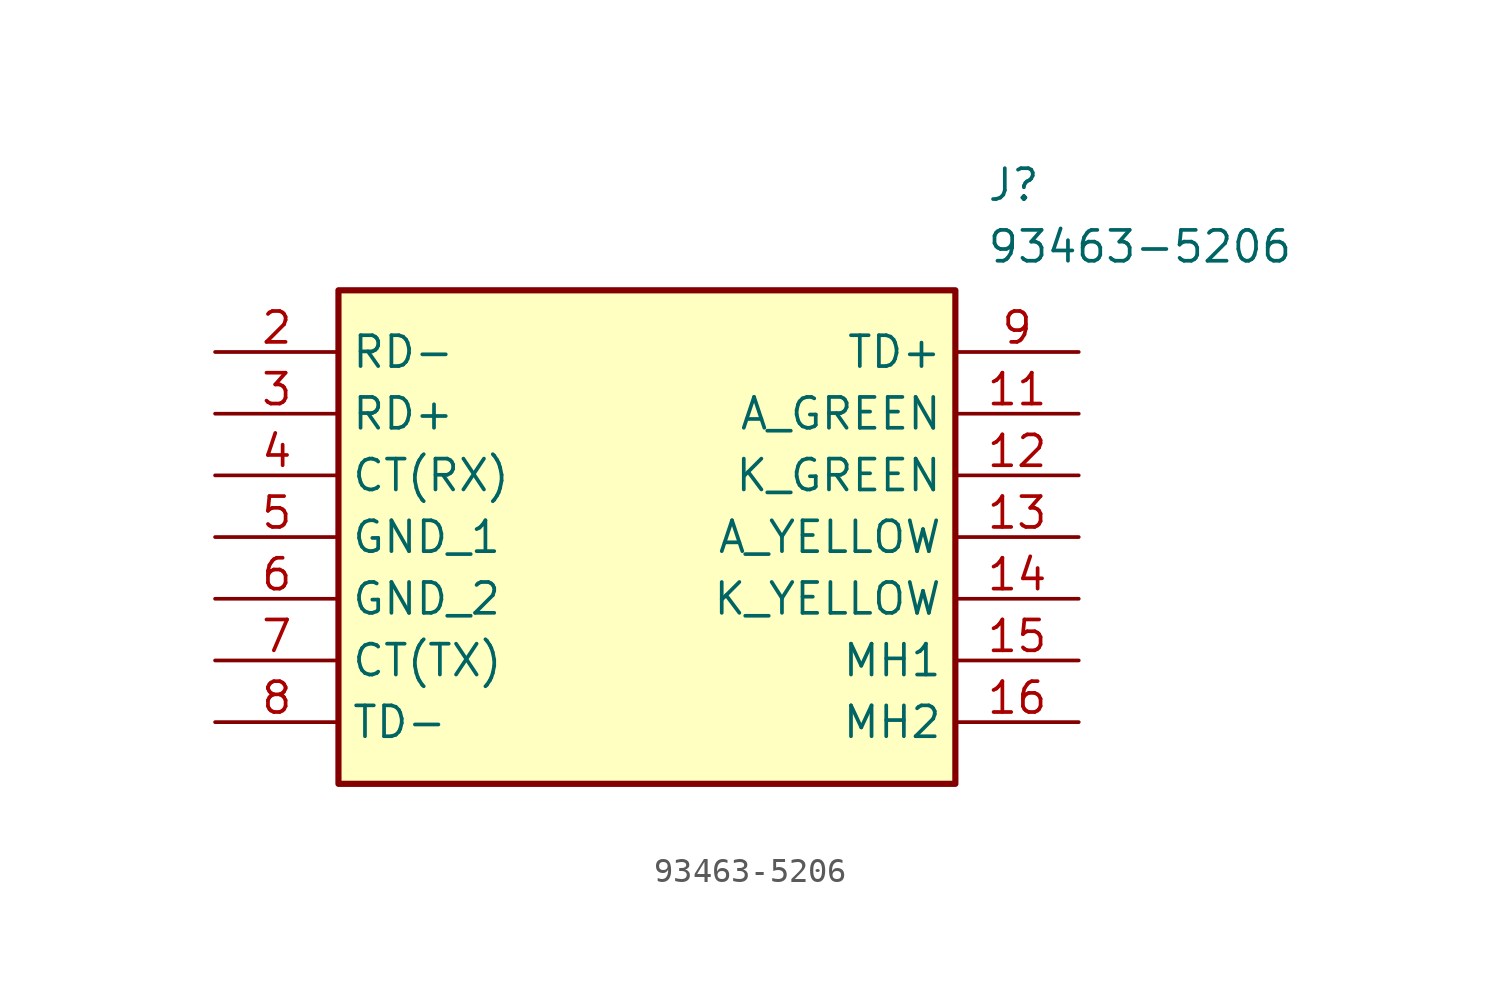
<source format=kicad_sym>
(kicad_symbol_lib
  (version 20231120)
  (generator "kicad_symbol_editor")
  (generator_version "8.0")
  (symbol "93463-5206"
    (property "Reference" "J"
      (at 31.75 7.62 0)
      (effects (font (size 1.27 1.27)) (justify left top)))
    (property "Value" "93463-5206"
      (at 31.75 5.08 0)
      (effects (font (size 1.27 1.27)) (justify left top)))
    (symbol "93463-5206_1_1"
      (rectangle (start 5.08 2.54) (end 30.48 -17.78) (stroke (width 0.254) (type default)) (fill (type background)))
      (pin passive line (at 35.56 -2.54 180) (length 5.08) (name "A_GREEN" (effects (font (size 1.27 1.27)))) (number "11" (effects (font (size 1.27 1.27)))))
      (pin passive line (at 35.56 -5.08 180) (length 5.08) (name "K_GREEN" (effects (font (size 1.27 1.27)))) (number "12" (effects (font (size 1.27 1.27)))))
      (pin passive line (at 35.56 -7.62 180) (length 5.08) (name "A_YELLOW" (effects (font (size 1.27 1.27)))) (number "13" (effects (font (size 1.27 1.27)))))
      (pin passive line (at 35.56 -10.16 180) (length 5.08) (name "K_YELLOW" (effects (font (size 1.27 1.27)))) (number "14" (effects (font (size 1.27 1.27)))))
      (pin passive line (at 35.56 -12.7 180) (length 5.08) (name "MH1" (effects (font (size 1.27 1.27)))) (number "15" (effects (font (size 1.27 1.27)))))
      (pin passive line (at 35.56 -15.24 180) (length 5.08) (name "MH2" (effects (font (size 1.27 1.27)))) (number "16" (effects (font (size 1.27 1.27)))))
      (pin passive line (at 0 0 0) (length 5.08) (name "RD-" (effects (font (size 1.27 1.27)))) (number "2" (effects (font (size 1.27 1.27)))))
      (pin passive line (at 0 -2.54 0) (length 5.08) (name "RD+" (effects (font (size 1.27 1.27)))) (number "3" (effects (font (size 1.27 1.27)))))
      (pin passive line (at 0 -5.08 0) (length 5.08) (name "CT(RX)" (effects (font (size 1.27 1.27)))) (number "4" (effects (font (size 1.27 1.27)))))
      (pin passive line (at 0 -7.62 0) (length 5.08) (name "GND_1" (effects (font (size 1.27 1.27)))) (number "5" (effects (font (size 1.27 1.27)))))
      (pin passive line (at 0 -10.16 0) (length 5.08) (name "GND_2" (effects (font (size 1.27 1.27)))) (number "6" (effects (font (size 1.27 1.27)))))
      (pin passive line (at 0 -12.7 0) (length 5.08) (name "CT(TX)" (effects (font (size 1.27 1.27)))) (number "7" (effects (font (size 1.27 1.27)))))
      (pin passive line (at 0 -15.24 0) (length 5.08) (name "TD-" (effects (font (size 1.27 1.27)))) (number "8" (effects (font (size 1.27 1.27)))))
      (pin passive line (at 35.56 0 180) (length 5.08) (name "TD+" (effects (font (size 1.27 1.27)))) (number "9" (effects (font (size 1.27 1.27))))))))
</source>
